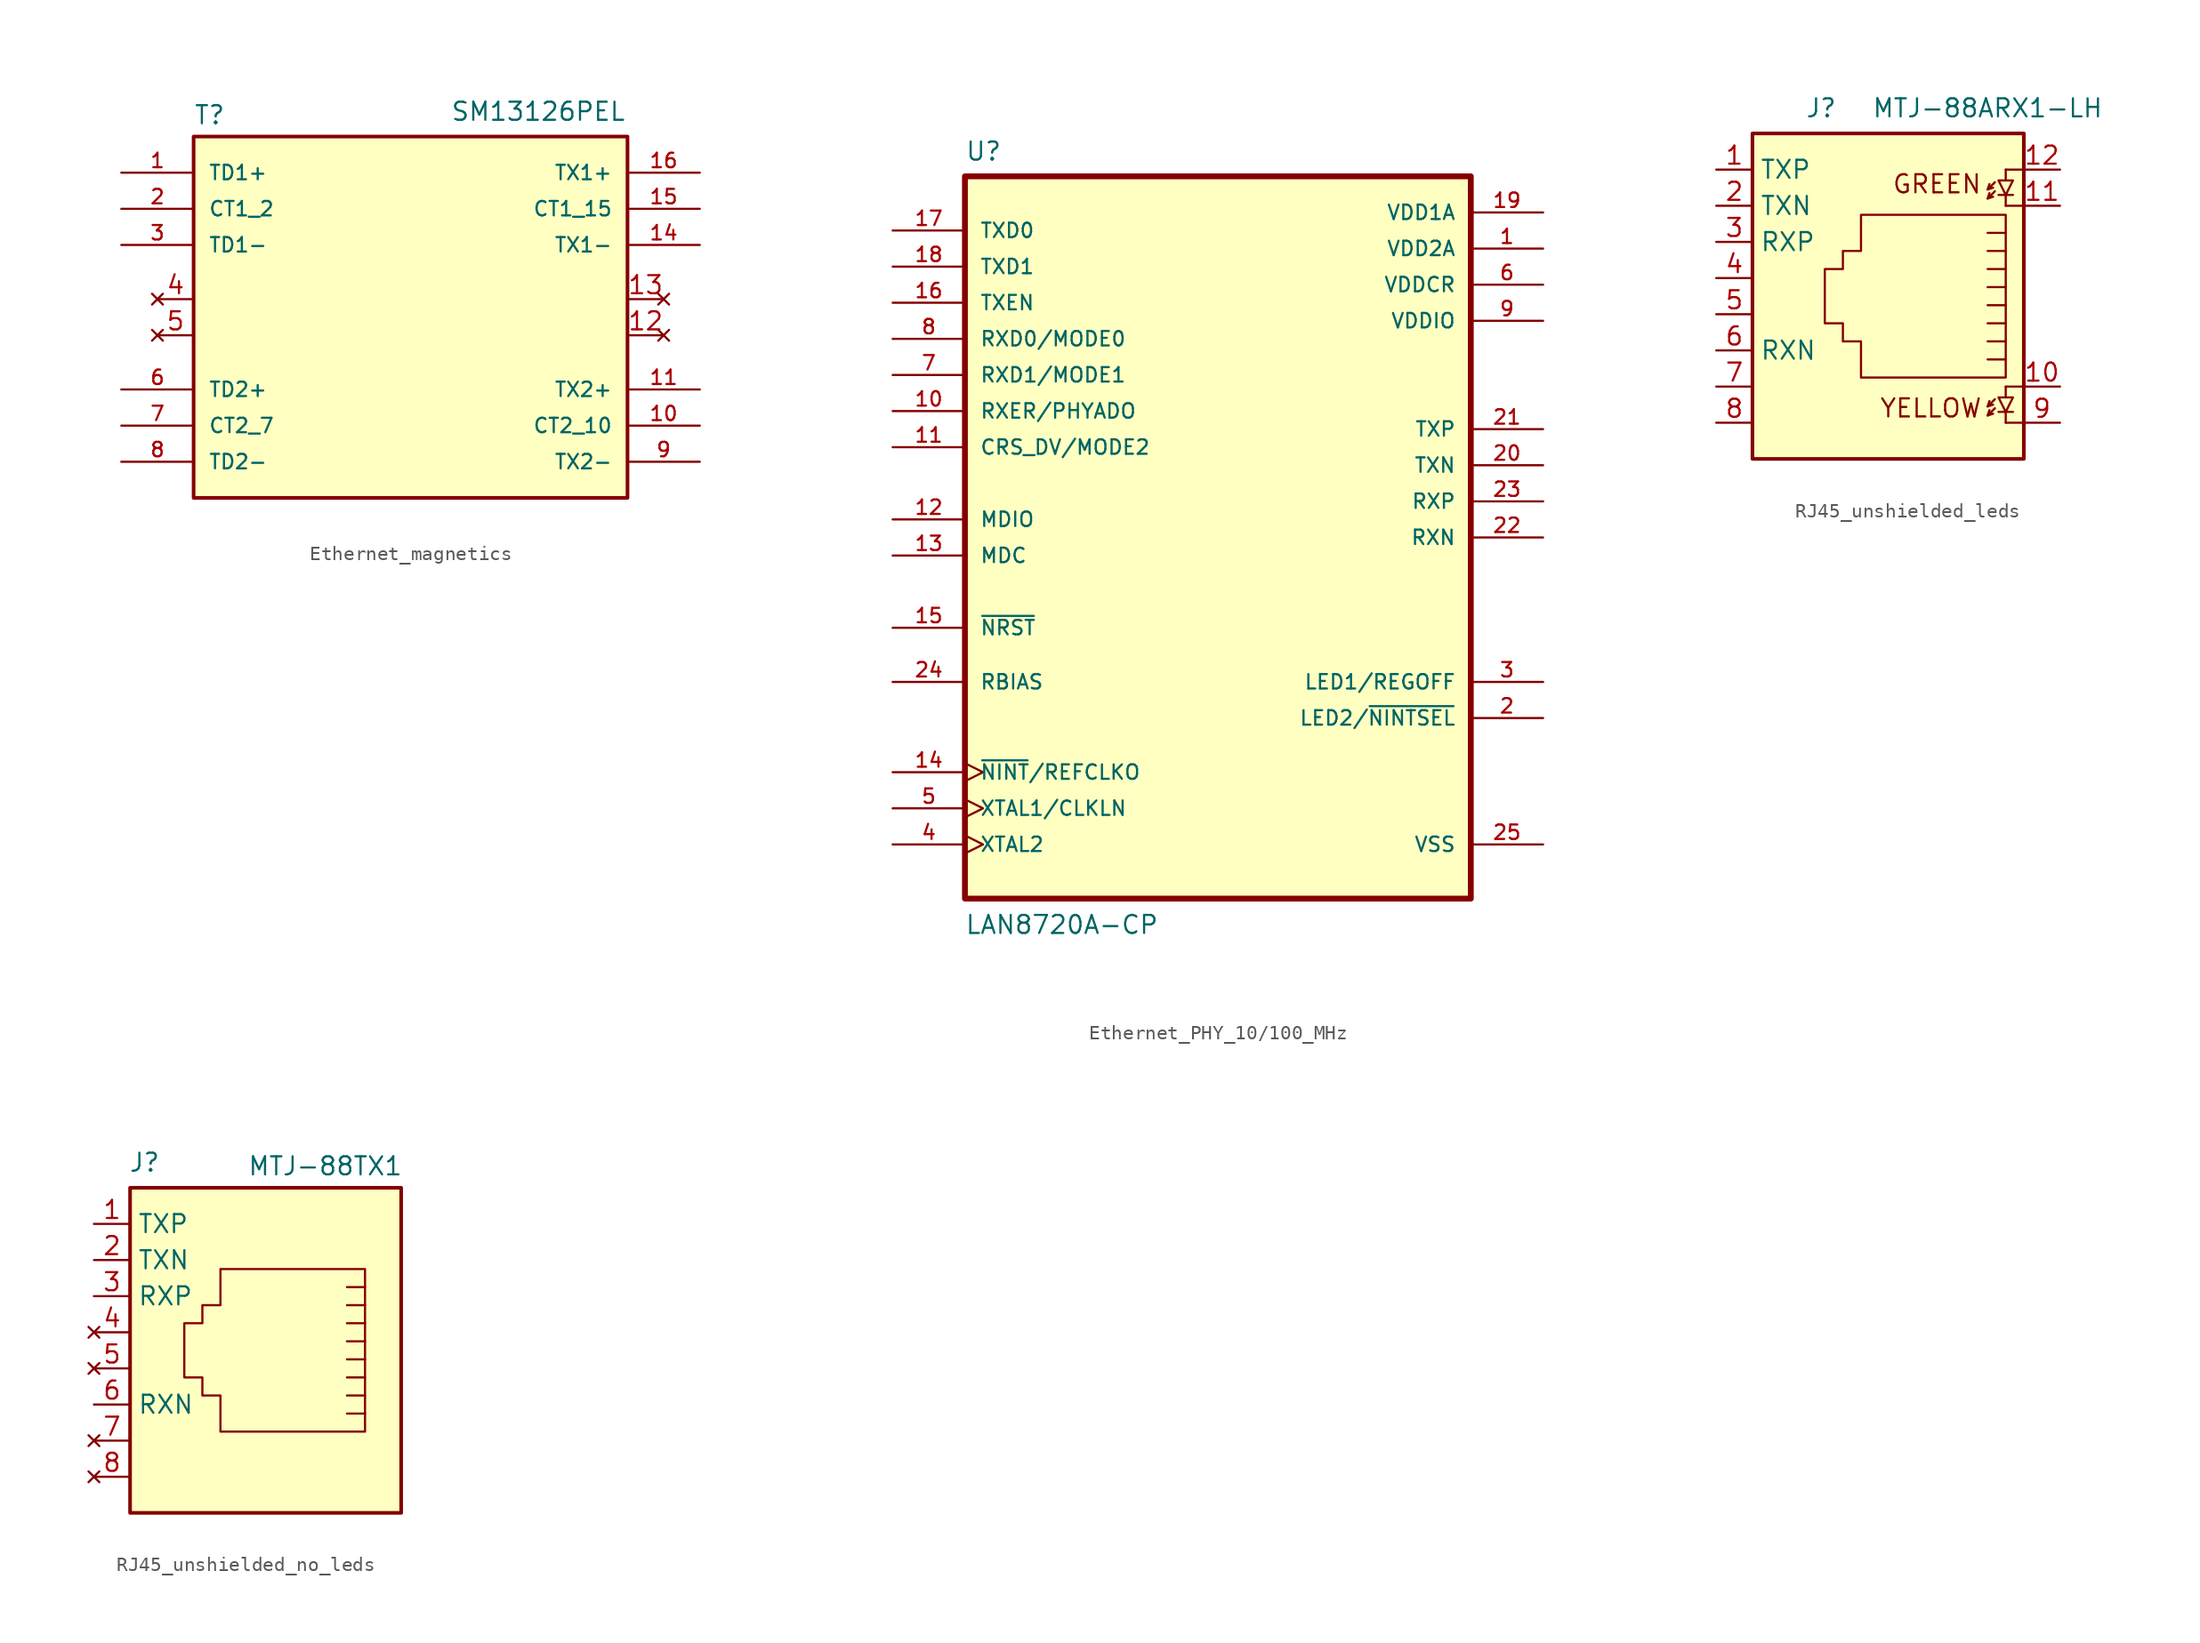
<source format=kicad_sym>
(kicad_symbol_lib
  (version 20241209)
  (generator "kicad_symbol_editor")
  (generator_version "9.0")
  (symbol "Ethernet_magnetics"
    (pin_names
      (offset 1.016))
    (property "Reference" "T"
      (at -15.244 10.93 0)
      (effects (font (size 1.27 1.27)) (justify left bottom)))
    (property "Value" "SM13126PEL"
      (at 2.794 11.176 0)
      (effects (font (size 1.27 1.27)) (justify left bottom)))
    (symbol "Ethernet_magnetics_0_0"
      (rectangle (start -15.24 10.16) (end 15.24 -15.24) (stroke (width 0.254) (type default)) (fill (type background)))
      (pin passive line (at -20.32 7.62 0) (length 5.08) (name "TD1+" (effects (font (size 1.016 1.016)))) (number "1" (effects (font (size 1.016 1.016)))))
      (pin passive line (at -20.32 5.08 0) (length 5.08) (name "CT1_2" (effects (font (size 1.016 1.016)))) (number "2" (effects (font (size 1.016 1.016)))))
      (pin passive line (at -20.32 2.54 0) (length 5.08) (name "TD1-" (effects (font (size 1.016 1.016)))) (number "3" (effects (font (size 1.016 1.016)))))
      (pin passive line (at -20.32 -7.62 0) (length 5.08) (name "TD2+" (effects (font (size 1.016 1.016)))) (number "6" (effects (font (size 1.016 1.016)))))
      (pin passive line (at -20.32 -10.16 0) (length 5.08) (name "CT2_7" (effects (font (size 1.016 1.016)))) (number "7" (effects (font (size 1.016 1.016)))))
      (pin passive line (at -20.32 -12.7 0) (length 5.08) (name "TD2-" (effects (font (size 1.016 1.016)))) (number "8" (effects (font (size 1.016 1.016)))))
      (pin passive line (at 20.32 7.62 180) (length 5.08) (name "TX1+" (effects (font (size 1.016 1.016)))) (number "16" (effects (font (size 1.016 1.016)))))
      (pin passive line (at 20.32 5.08 180) (length 5.08) (name "CT1_15" (effects (font (size 1.016 1.016)))) (number "15" (effects (font (size 1.016 1.016)))))
      (pin passive line (at 20.32 2.54 180) (length 5.08) (name "TX1-" (effects (font (size 1.016 1.016)))) (number "14" (effects (font (size 1.016 1.016)))))
      (pin passive line (at 20.32 -7.62 180) (length 5.08) (name "TX2+" (effects (font (size 1.016 1.016)))) (number "11" (effects (font (size 1.016 1.016)))))
      (pin passive line (at 20.32 -10.16 180) (length 5.08) (name "CT2_10" (effects (font (size 1.016 1.016)))) (number "10" (effects (font (size 1.016 1.016)))))
      (pin passive line (at 20.32 -12.7 180) (length 5.08) (name "TX2-" (effects (font (size 1.016 1.016)))) (number "9" (effects (font (size 1.016 1.016))))))
    (symbol "Ethernet_magnetics_1_1"
      (pin no_connect line (at -17.78 -1.27 0) (length 2.54) (name "" (effects (font (size 1.27 1.27)))) (number "4" (effects (font (size 1.27 1.27)))))
      (pin no_connect line (at -17.78 -3.81 0) (length 2.54) (name "" (effects (font (size 1.27 1.27)))) (number "5" (effects (font (size 1.27 1.27)))))
      (pin no_connect line (at 17.78 -1.27 180) (length 2.54) (name "" (effects (font (size 1.27 1.27)))) (number "13" (effects (font (size 1.27 1.27)))))
      (pin no_connect line (at 17.78 -3.81 180) (length 2.54) (name "" (effects (font (size 1.27 1.27)))) (number "12" (effects (font (size 1.27 1.27)))))))
  (symbol "Ethernet_PHY_10/100_MHz"
    (pin_names
      (offset 1.016))
    (property "Reference" "U"
      (at -17.78 26.416 0)
      (effects (font (size 1.27 1.27)) (justify left bottom)))
    (property "Value" "LAN8720A-CP"
      (at -17.805 -27.98 0)
      (effects (font (size 1.27 1.27)) (justify left bottom)))
    (symbol "Ethernet_PHY_10/100_MHz_0_0"
      (rectangle (start -17.78 25.4) (end 17.78 -25.4) (stroke (width 0.41) (type default)) (fill (type background)))
      (pin input line (at -22.86 21.59 0) (length 5.08) (name "TXD0" (effects (font (size 1.016 1.016)))) (number "17" (effects (font (size 1.016 1.016)))))
      (pin input line (at -22.86 19.05 0) (length 5.08) (name "TXD1" (effects (font (size 1.016 1.016)))) (number "18" (effects (font (size 1.016 1.016)))))
      (pin input line (at -22.86 16.51 0) (length 5.08) (name "TXEN" (effects (font (size 1.016 1.016)))) (number "16" (effects (font (size 1.016 1.016)))))
      (pin bidirectional line (at -22.86 13.97 0) (length 5.08) (name "RXD0/MODE0" (effects (font (size 1.016 1.016)))) (number "8" (effects (font (size 1.016 1.016)))))
      (pin bidirectional line (at -22.86 11.43 0) (length 5.08) (name "RXD1/MODE1" (effects (font (size 1.016 1.016)))) (number "7" (effects (font (size 1.016 1.016)))))
      (pin bidirectional line (at -22.86 8.89 0) (length 5.08) (name "RXER/PHYADO" (effects (font (size 1.016 1.016)))) (number "10" (effects (font (size 1.016 1.016)))))
      (pin bidirectional line (at -22.86 6.35 0) (length 5.08) (name "CRS_DV/MODE2" (effects (font (size 1.016 1.016)))) (number "11" (effects (font (size 1.016 1.016)))))
      (pin bidirectional line (at -22.86 1.27 0) (length 5.08) (name "MDIO" (effects (font (size 1.016 1.016)))) (number "12" (effects (font (size 1.016 1.016)))))
      (pin input line (at -22.86 -1.27 0) (length 5.08) (name "MDC" (effects (font (size 1.016 1.016)))) (number "13" (effects (font (size 1.016 1.016)))))
      (pin input line (at -22.86 -6.35 0) (length 5.08) (name "~{NRST}" (effects (font (size 1.016 1.016)))) (number "15" (effects (font (size 1.016 1.016)))))
      (pin input line (at -22.86 -10.16 0) (length 5.08) (name "RBIAS" (effects (font (size 1.016 1.016)))) (number "24" (effects (font (size 1.016 1.016)))))
      (pin output clock (at -22.86 -16.51 0) (length 5.08) (name "~{NINT}/REFCLKO" (effects (font (size 1.016 1.016)))) (number "14" (effects (font (size 1.016 1.016)))))
      (pin input clock (at -22.86 -19.05 0) (length 5.08) (name "XTAL1/CLKLN" (effects (font (size 1.016 1.016)))) (number "5" (effects (font (size 1.016 1.016)))))
      (pin output clock (at -22.86 -21.59 0) (length 5.08) (name "XTAL2" (effects (font (size 1.016 1.016)))) (number "4" (effects (font (size 1.016 1.016)))))
      (pin power_in line (at 22.86 22.86 180) (length 5.08) (name "VDD1A" (effects (font (size 1.016 1.016)))) (number "19" (effects (font (size 1.016 1.016)))))
      (pin power_in line (at 22.86 20.32 180) (length 5.08) (name "VDD2A" (effects (font (size 1.016 1.016)))) (number "1" (effects (font (size 1.016 1.016)))))
      (pin power_in line (at 22.86 17.78 180) (length 5.08) (name "VDDCR" (effects (font (size 1.016 1.016)))) (number "6" (effects (font (size 1.016 1.016)))))
      (pin power_in line (at 22.86 15.24 180) (length 5.08) (name "VDDIO" (effects (font (size 1.016 1.016)))) (number "9" (effects (font (size 1.016 1.016)))))
      (pin bidirectional line (at 22.86 7.62 180) (length 5.08) (name "TXP" (effects (font (size 1.016 1.016)))) (number "21" (effects (font (size 1.016 1.016)))))
      (pin bidirectional line (at 22.86 5.08 180) (length 5.08) (name "TXN" (effects (font (size 1.016 1.016)))) (number "20" (effects (font (size 1.016 1.016)))))
      (pin bidirectional line (at 22.86 2.54 180) (length 5.08) (name "RXP" (effects (font (size 1.016 1.016)))) (number "23" (effects (font (size 1.016 1.016)))))
      (pin bidirectional line (at 22.86 0 180) (length 5.08) (name "RXN" (effects (font (size 1.016 1.016)))) (number "22" (effects (font (size 1.016 1.016)))))
      (pin bidirectional line (at 22.86 -10.16 180) (length 5.08) (name "LED1/REGOFF" (effects (font (size 1.016 1.016)))) (number "3" (effects (font (size 1.016 1.016)))))
      (pin bidirectional line (at 22.86 -12.7 180) (length 5.08) (name "LED2/~{NINTSEL}" (effects (font (size 1.016 1.016)))) (number "2" (effects (font (size 1.016 1.016)))))
      (pin power_in line (at 22.86 -21.59 180) (length 5.08) (name "VSS" (effects (font (size 1.016 1.016)))) (number "25" (effects (font (size 1.016 1.016)))))))
  (symbol "RJ45_unshielded_leds"
    (property "Reference" "J"
      (at 1.016 1.778 0)
      (effects (font (size 1.27 1.27))))
    (property "Value" "MTJ-88ARX1-LH"
      (at 12.7 1.778 0)
      (effects (font (size 1.27 1.27))))
    (symbol "RJ45_unshielded_leds_0_1"
      (rectangle (start -3.81 0) (end 15.24 -22.86) (stroke (width 0.254) (type default)) (fill (type background)))
      (polyline (pts (xy 12.7 -3.937) (xy 12.827 -3.556)) (stroke (width 0) (type default)) (fill (type none)))
      (polyline (pts (xy 12.7 -4.572) (xy 12.827 -4.191)) (stroke (width 0) (type default)) (fill (type none)))
      (polyline (pts (xy 12.7 -13.335) (xy 13.97 -13.335) (xy 13.97 -13.335)) (stroke (width 0) (type default)) (fill (type none)))
      (polyline (pts (xy 12.7 -14.605) (xy 13.97 -14.605)) (stroke (width 0) (type default)) (fill (type none)))
      (polyline (pts (xy 12.7 -15.875) (xy 13.97 -15.875)) (stroke (width 0) (type default)) (fill (type none)))
      (polyline (pts (xy 12.7 -19.177) (xy 12.827 -18.796)) (stroke (width 0) (type default)) (fill (type none)))
      (polyline (pts (xy 12.7 -19.812) (xy 12.827 -19.431)) (stroke (width 0) (type default)) (fill (type none)))
      (polyline (pts (xy 13.208 -3.429) (xy 12.7 -3.937) (xy 13.081 -3.81)) (stroke (width 0) (type default)) (fill (type none)))
      (polyline (pts (xy 13.208 -4.064) (xy 12.7 -4.572) (xy 13.081 -4.445)) (stroke (width 0) (type default)) (fill (type none)))
      (polyline (pts (xy 13.208 -18.669) (xy 12.7 -19.177) (xy 13.081 -19.05)) (stroke (width 0) (type default)) (fill (type none)))
      (polyline (pts (xy 13.208 -19.304) (xy 12.7 -19.812) (xy 13.081 -19.685)) (stroke (width 0) (type default)) (fill (type none)))
      (polyline (pts (xy 13.97 -2.54) (xy 13.97 -3.302)) (stroke (width 0) (type default)) (fill (type none)))
      (polyline (pts (xy 13.97 -4.318) (xy 14.478 -3.302) (xy 13.462 -3.302) (xy 13.97 -4.318)) (stroke (width 0) (type default)) (fill (type none)))
      (polyline (pts (xy 13.97 -5.08) (xy 13.97 -4.318)) (stroke (width 0) (type default)) (fill (type none)))
      (polyline (pts (xy 13.97 -5.715) (xy 13.97 -17.145) (xy 3.81 -17.145) (xy 3.81 -14.605) (xy 2.54 -14.605) (xy 2.54 -13.335) (xy 1.27 -13.335) (xy 1.27 -9.525) (xy 2.54 -9.525) (xy 2.54 -8.255) (xy 3.81 -8.255) (xy 3.81 -5.715) (xy 13.97 -5.715) (xy 13.97 -5.715)) (stroke (width 0) (type default)) (fill (type none)))
      (polyline (pts (xy 13.97 -6.985) (xy 12.7 -6.985) (xy 12.7 -6.985)) (stroke (width 0) (type default)) (fill (type none)))
      (polyline (pts (xy 13.97 -8.255) (xy 12.7 -8.255) (xy 12.7 -8.255)) (stroke (width 0) (type default)) (fill (type none)))
      (polyline (pts (xy 13.97 -9.525) (xy 12.7 -9.525) (xy 12.7 -9.525)) (stroke (width 0) (type default)) (fill (type none)))
      (polyline (pts (xy 13.97 -10.795) (xy 12.7 -10.795) (xy 12.7 -10.795)) (stroke (width 0) (type default)) (fill (type none)))
      (polyline (pts (xy 13.97 -12.065) (xy 12.7 -12.065) (xy 12.7 -12.065)) (stroke (width 0) (type default)) (fill (type none)))
      (polyline (pts (xy 13.97 -17.78) (xy 13.97 -18.542)) (stroke (width 0) (type default)) (fill (type none)))
      (polyline (pts (xy 13.97 -19.558) (xy 14.478 -18.542) (xy 13.462 -18.542) (xy 13.97 -19.558)) (stroke (width 0) (type default)) (fill (type none)))
      (polyline (pts (xy 13.97 -20.32) (xy 13.97 -19.558)) (stroke (width 0) (type default)) (fill (type none)))
      (polyline (pts (xy 14.478 -4.318) (xy 13.462 -4.318)) (stroke (width 0) (type default)) (fill (type none)))
      (polyline (pts (xy 14.478 -19.558) (xy 13.462 -19.558)) (stroke (width 0) (type default)) (fill (type none)))
      (polyline (pts (xy 15.24 -2.54) (xy 13.97 -2.54)) (stroke (width 0) (type default)) (fill (type none)))
      (polyline (pts (xy 15.24 -5.08) (xy 13.97 -5.08)) (stroke (width 0) (type default)) (fill (type none)))
      (polyline (pts (xy 15.24 -17.78) (xy 13.97 -17.78)) (stroke (width 0) (type default)) (fill (type none)))
      (polyline (pts (xy 15.24 -20.32) (xy 13.97 -20.32)) (stroke (width 0) (type default)) (fill (type none))))
    (symbol "RJ45_unshielded_leds_1_1"
      (text "YELLOW" (at 8.716 -19.296 0) (effects (font (size 1.27 1.27))))
      (text "GREEN" (at 9.144 -3.556 0) (effects (font (size 1.27 1.27))))
      (pin passive line (at -6.35 -2.54 0) (length 2.54) (name "TXP" (effects (font (size 1.27 1.27)))) (number "1" (effects (font (size 1.27 1.27)))))
      (pin passive line (at -6.35 -5.08 0) (length 2.54) (name "TXN" (effects (font (size 1.27 1.27)))) (number "2" (effects (font (size 1.27 1.27)))))
      (pin passive line (at -6.35 -7.62 0) (length 2.54) (name "RXP" (effects (font (size 1.27 1.27)))) (number "3" (effects (font (size 1.27 1.27)))))
      (pin passive line (at -6.35 -10.16 0) (length 2.54) (name "~" (effects (font (size 1.27 1.27)))) (number "4" (effects (font (size 1.27 1.27)))))
      (pin passive line (at -6.35 -12.7 0) (length 2.54) (name "~" (effects (font (size 1.27 1.27)))) (number "5" (effects (font (size 1.27 1.27)))))
      (pin passive line (at -6.35 -15.24 0) (length 2.54) (name "RXN" (effects (font (size 1.27 1.27)))) (number "6" (effects (font (size 1.27 1.27)))))
      (pin passive line (at -6.35 -17.78 0) (length 2.54) (name "~" (effects (font (size 1.27 1.27)))) (number "7" (effects (font (size 1.27 1.27)))))
      (pin passive line (at -6.35 -20.32 0) (length 2.54) (name "~" (effects (font (size 1.27 1.27)))) (number "8" (effects (font (size 1.27 1.27)))))
      (pin passive line (at 17.78 -2.54 180) (length 2.54) (name "~" (effects (font (size 1.27 1.27)))) (number "12" (effects (font (size 1.27 1.27)))))
      (pin passive line (at 17.78 -5.08 180) (length 2.54) (name "~" (effects (font (size 1.27 1.27)))) (number "11" (effects (font (size 1.27 1.27)))))
      (pin passive line (at 17.78 -17.78 180) (length 2.54) (name "~" (effects (font (size 1.27 1.27)))) (number "10" (effects (font (size 1.27 1.27)))))
      (pin passive line (at 17.78 -20.32 180) (length 2.54) (name "~" (effects (font (size 1.27 1.27)))) (number "9" (effects (font (size 1.27 1.27)))))))
  (symbol "RJ45_unshielded_no_leds"
    (property "Reference" "J"
      (at 1.016 1.778 0)
      (effects (font (size 1.27 1.27))))
    (property "Value" "MTJ-88TX1"
      (at 13.716 1.524 0)
      (effects (font (size 1.27 1.27))))
    (symbol "RJ45_unshielded_no_leds_0_1"
      (rectangle (start 0 0) (end 19.05 -22.86) (stroke (width 0.254) (type default)) (fill (type background)))
      (polyline (pts (xy 16.51 -5.715) (xy 16.51 -17.145) (xy 6.35 -17.145) (xy 6.35 -14.605) (xy 5.08 -14.605) (xy 5.08 -13.335) (xy 3.81 -13.335) (xy 3.81 -9.525) (xy 5.08 -9.525) (xy 5.08 -8.255) (xy 6.35 -8.255) (xy 6.35 -5.715) (xy 16.51 -5.715) (xy 16.51 -5.715)) (stroke (width 0) (type default)) (fill (type none)))
      (polyline (pts (xy 16.51 -6.985) (xy 15.24 -6.985)) (stroke (width 0) (type default)) (fill (type none)))
      (polyline (pts (xy 16.51 -8.255) (xy 15.24 -8.255)) (stroke (width 0) (type default)) (fill (type none)))
      (polyline (pts (xy 16.51 -9.525) (xy 15.24 -9.525)) (stroke (width 0) (type default)) (fill (type none)))
      (polyline (pts (xy 16.51 -10.795) (xy 15.24 -10.795)) (stroke (width 0) (type default)) (fill (type none)))
      (polyline (pts (xy 16.51 -12.065) (xy 15.24 -12.065)) (stroke (width 0) (type default)) (fill (type none)))
      (polyline (pts (xy 16.51 -13.335) (xy 15.24 -13.335)) (stroke (width 0) (type default)) (fill (type none)))
      (polyline (pts (xy 16.51 -14.605) (xy 15.24 -14.605)) (stroke (width 0) (type default)) (fill (type none)))
      (polyline (pts (xy 16.51 -15.875) (xy 15.24 -15.875)) (stroke (width 0) (type default)) (fill (type none))))
    (symbol "RJ45_unshielded_no_leds_1_1"
      (pin passive line (at -2.54 -2.54 0) (length 2.54) (name "TXP" (effects (font (size 1.27 1.27)))) (number "1" (effects (font (size 1.27 1.27)))))
      (pin passive line (at -2.54 -5.08 0) (length 2.54) (name "TXN" (effects (font (size 1.27 1.27)))) (number "2" (effects (font (size 1.27 1.27)))))
      (pin passive line (at -2.54 -7.62 0) (length 2.54) (name "RXP" (effects (font (size 1.27 1.27)))) (number "3" (effects (font (size 1.27 1.27)))))
      (pin no_connect line (at -2.54 -10.16 0) (length 2.54) (name "~" (effects (font (size 1.27 1.27)))) (number "4" (effects (font (size 1.27 1.27)))))
      (pin no_connect line (at -2.54 -12.7 0) (length 2.54) (name "~" (effects (font (size 1.27 1.27)))) (number "5" (effects (font (size 1.27 1.27)))))
      (pin passive line (at -2.54 -15.24 0) (length 2.54) (name "RXN" (effects (font (size 1.27 1.27)))) (number "6" (effects (font (size 1.27 1.27)))))
      (pin no_connect line (at -2.54 -17.78 0) (length 2.54) (name "~" (effects (font (size 1.27 1.27)))) (number "7" (effects (font (size 1.27 1.27)))))
      (pin no_connect line (at -2.54 -20.32 0) (length 2.54) (name "~" (effects (font (size 1.27 1.27)))) (number "8" (effects (font (size 1.27 1.27))))))))
</source>
